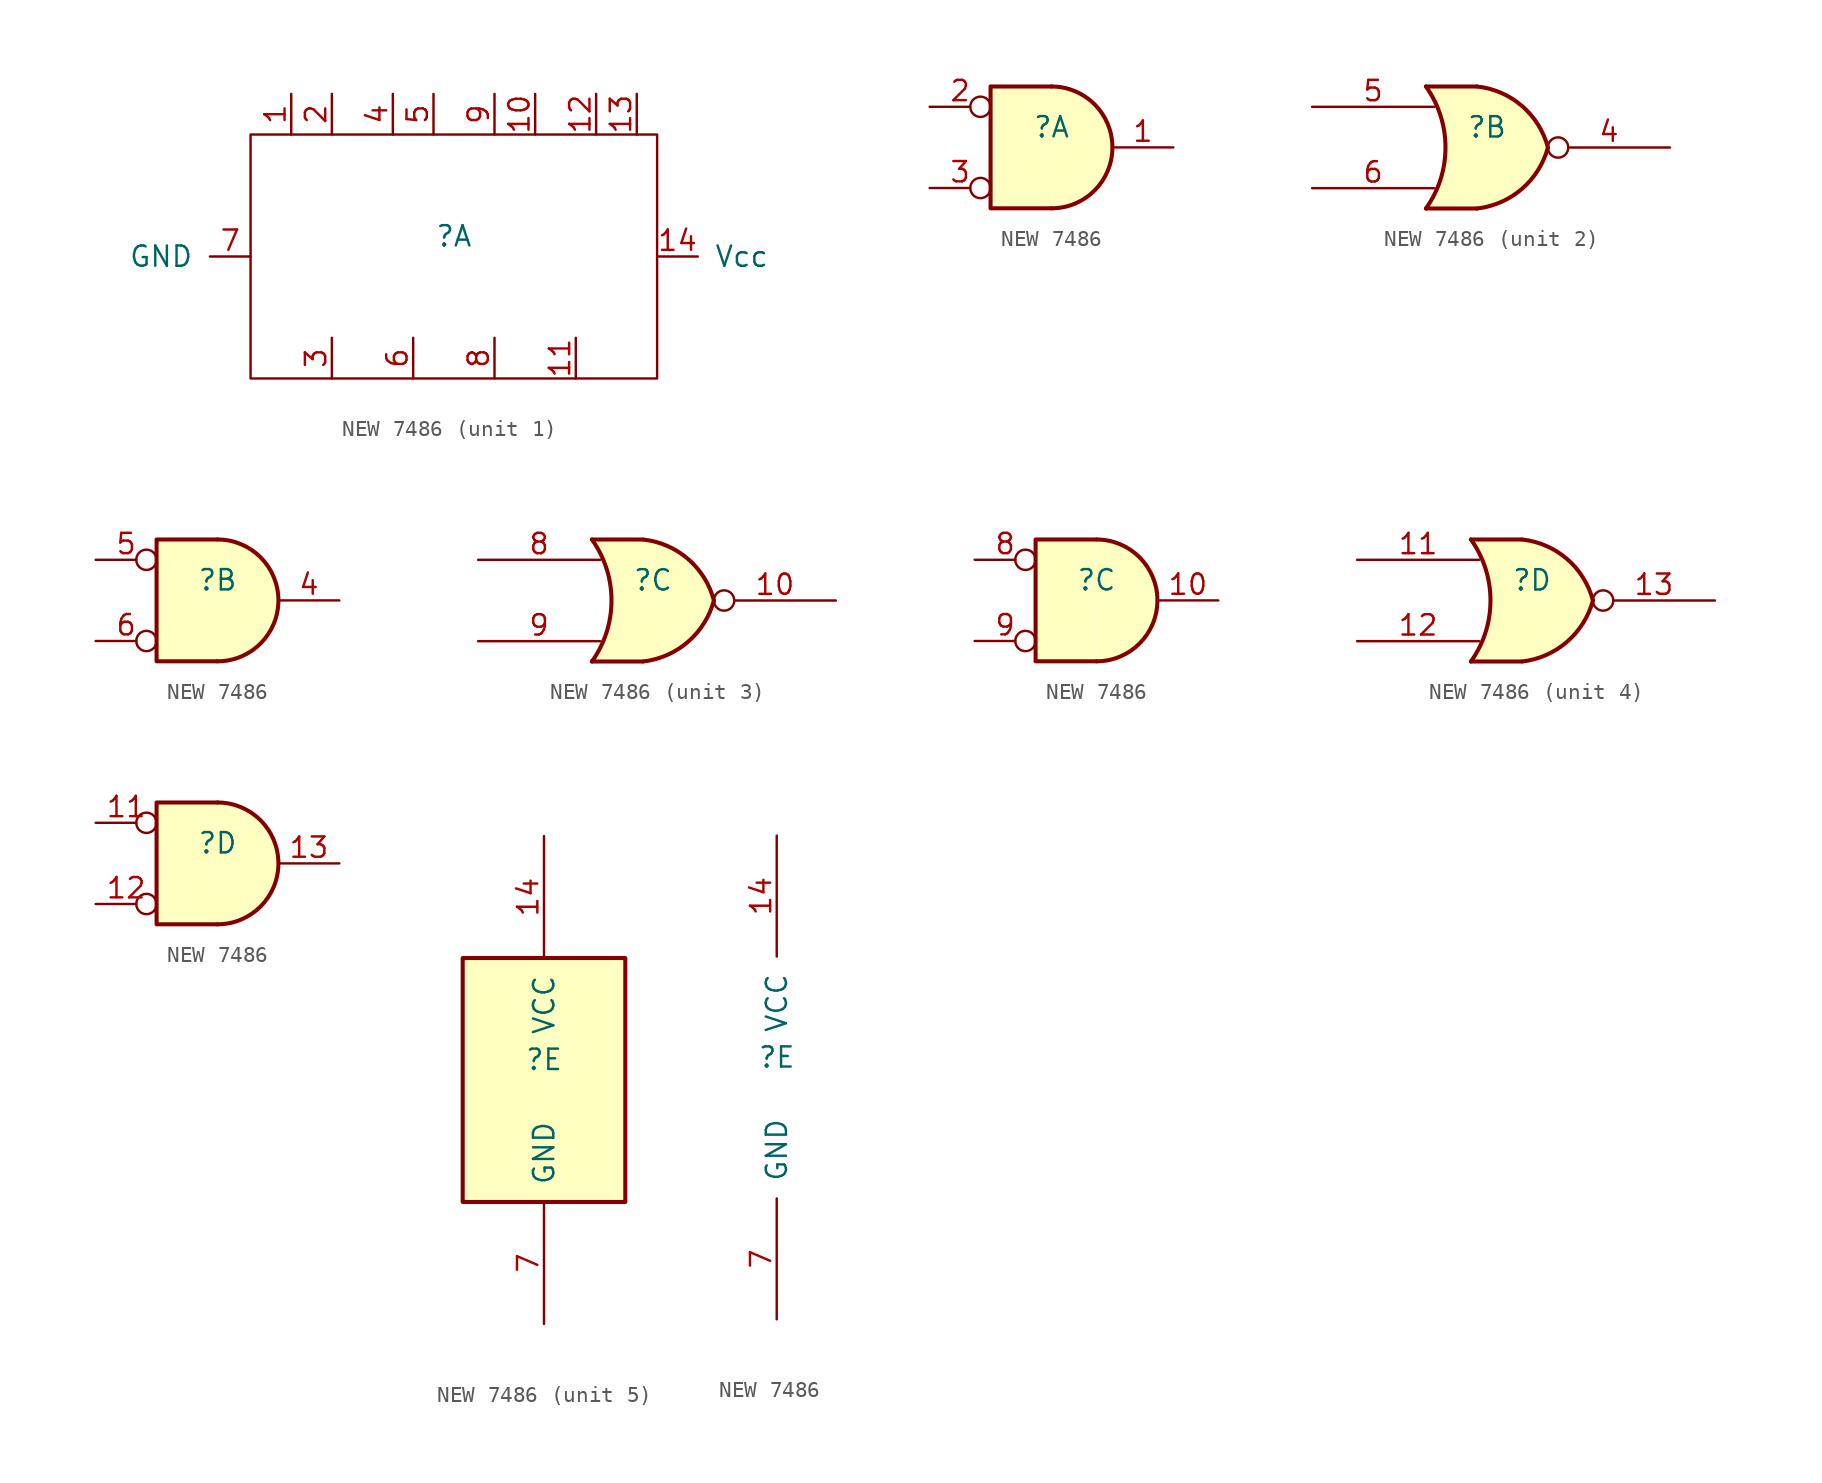
<source format=kicad_sym>
(kicad_symbol_lib
  (version 20241209)
  (generator "kicad_symbol_editor")
  (generator_version "9.0")
  (symbol "NEW 7486"
    (pin_names
      (offset 1.016))
    (property "Reference" ""
      (at 0 1.27 0)
      (effects (font (size 1.27 1.27))))
    (property "ki_locked" ""
      (at 0 0 0)
      (effects (font (size 1.27 1.27))))
    (symbol "NEW 7486_1_1"
      (rectangle (start -12.7 7.62) (end 12.7 -7.62) (stroke (width 0) (type default)) (fill (type none)))
      (pin power_in line (at -12.7 0 180) (length 2.54) (name "GND" (effects (font (size 1.27 1.27)))) (number "7" (effects (font (size 1.27 1.27)))))
      (pin input line (at -10.16 7.62 90) (length 2.54) (name "" (effects (font (size 1.27 1.27)))) (number "1" (effects (font (size 1.27 1.27)))))
      (pin input line (at -7.62 7.62 90) (length 2.54) (name "" (effects (font (size 1.27 1.27)))) (number "2" (effects (font (size 1.27 1.27)))))
      (pin output line (at -7.62 -7.62 90) (length 2.54) (name "" (effects (font (size 1.27 1.27)))) (number "3" (effects (font (size 1.27 1.27)))))
      (pin input line (at -3.81 7.62 90) (length 2.54) (name "" (effects (font (size 1.27 1.27)))) (number "4" (effects (font (size 1.27 1.27)))))
      (pin output line (at -2.54 -7.62 90) (length 2.54) (name "" (effects (font (size 1.27 1.27)))) (number "6" (effects (font (size 1.27 1.27)))))
      (pin input line (at -1.27 7.62 90) (length 2.54) (name "" (effects (font (size 1.27 1.27)))) (number "5" (effects (font (size 1.27 1.27)))))
      (pin input line (at 2.54 7.62 90) (length 2.54) (name "" (effects (font (size 1.27 1.27)))) (number "9" (effects (font (size 1.27 1.27)))))
      (pin output line (at 2.54 -7.62 90) (length 2.54) (name "" (effects (font (size 1.27 1.27)))) (number "8" (effects (font (size 1.27 1.27)))))
      (pin input line (at 5.08 7.62 90) (length 2.54) (name "" (effects (font (size 1.27 1.27)))) (number "10" (effects (font (size 1.27 1.27)))))
      (pin output line (at 7.62 -7.62 90) (length 2.54) (name "" (effects (font (size 1.27 1.27)))) (number "11" (effects (font (size 1.27 1.27)))))
      (pin input line (at 8.89 7.62 90) (length 2.54) (name "" (effects (font (size 1.27 1.27)))) (number "12" (effects (font (size 1.27 1.27)))))
      (pin input line (at 11.43 7.62 90) (length 2.54) (name "" (effects (font (size 1.27 1.27)))) (number "13" (effects (font (size 1.27 1.27)))))
      (pin power_in line (at 12.7 0 0) (length 2.54) (name "Vcc" (effects (font (size 1.27 1.27)))) (number "14" (effects (font (size 1.27 1.27))))))
    (symbol "NEW 7486_1_2"
      (arc (start 0 3.81) (mid 3.7934 0) (end 0 -3.81) (stroke (width 0.254) (type default)) (fill (type background)))
      (polyline (pts (xy 0 3.81) (xy -3.81 3.81) (xy -3.81 -3.81) (xy 0 -3.81)) (stroke (width 0.254) (type default)) (fill (type background)))
      (pin input inverted (at -7.62 2.54 0) (length 3.81) (name "~" (effects (font (size 1.27 1.27)))) (number "2" (effects (font (size 1.27 1.27)))))
      (pin input inverted (at -7.62 -2.54 0) (length 3.81) (name "~" (effects (font (size 1.27 1.27)))) (number "3" (effects (font (size 1.27 1.27)))))
      (pin output line (at 7.62 0 180) (length 3.81) (name "~" (effects (font (size 1.27 1.27)))) (number "1" (effects (font (size 1.27 1.27))))))
    (symbol "NEW 7486_2_1"
      (arc (start -3.81 3.81) (mid -2.589 0) (end -3.81 -3.81) (stroke (width 0.254) (type default)) (fill (type none)))
      (polyline (pts (xy -3.81 3.81) (xy -0.635 3.81)) (stroke (width 0.254) (type default)) (fill (type background)))
      (polyline (pts (xy -3.81 -3.81) (xy -0.635 -3.81)) (stroke (width 0.254) (type default)) (fill (type background)))
      (arc (start 3.81 0) (mid 2.1855 -2.584) (end -0.6096 -3.81) (stroke (width 0.254) (type default)) (fill (type background)))
      (arc (start -0.6096 3.81) (mid 2.1928 2.5924) (end 3.81 0) (stroke (width 0.254) (type default)) (fill (type background)))
      (polyline (pts (xy -0.635 3.81) (xy -3.81 3.81) (xy -3.81 3.81) (xy -3.556 3.404) (xy -3.023 2.261) (xy -2.692 1.041) (xy -2.616 -0.254) (xy -2.769 -1.499) (xy -3.175 -2.718) (xy -3.81 -3.81) (xy -3.81 -3.81) (xy -0.635 -3.81)) (stroke (width -25.4) (type default)) (fill (type background)))
      (pin input line (at -10.922 2.54 0) (length 7.62) (name "~" (effects (font (size 1.27 1.27)))) (number "5" (effects (font (size 1.27 1.27)))))
      (pin input line (at -10.922 -2.54 0) (length 7.62) (name "~" (effects (font (size 1.27 1.27)))) (number "6" (effects (font (size 1.27 1.27)))))
      (pin output inverted (at 11.43 0 180) (length 7.62) (name "~" (effects (font (size 1.27 1.27)))) (number "4" (effects (font (size 1.27 1.27))))))
    (symbol "NEW 7486_2_2"
      (arc (start 0 3.81) (mid 3.7934 0) (end 0 -3.81) (stroke (width 0.254) (type default)) (fill (type background)))
      (polyline (pts (xy 0 3.81) (xy -3.81 3.81) (xy -3.81 -3.81) (xy 0 -3.81)) (stroke (width 0.254) (type default)) (fill (type background)))
      (pin input inverted (at -7.62 2.54 0) (length 3.81) (name "~" (effects (font (size 1.27 1.27)))) (number "5" (effects (font (size 1.27 1.27)))))
      (pin input inverted (at -7.62 -2.54 0) (length 3.81) (name "~" (effects (font (size 1.27 1.27)))) (number "6" (effects (font (size 1.27 1.27)))))
      (pin output line (at 7.62 0 180) (length 3.81) (name "~" (effects (font (size 1.27 1.27)))) (number "4" (effects (font (size 1.27 1.27))))))
    (symbol "NEW 7486_3_1"
      (arc (start -3.81 3.81) (mid -2.589 0) (end -3.81 -3.81) (stroke (width 0.254) (type default)) (fill (type none)))
      (polyline (pts (xy -3.81 3.81) (xy -0.635 3.81)) (stroke (width 0.254) (type default)) (fill (type background)))
      (polyline (pts (xy -3.81 -3.81) (xy -0.635 -3.81)) (stroke (width 0.254) (type default)) (fill (type background)))
      (arc (start 3.81 0) (mid 2.1855 -2.584) (end -0.6096 -3.81) (stroke (width 0.254) (type default)) (fill (type background)))
      (arc (start -0.6096 3.81) (mid 2.1928 2.5924) (end 3.81 0) (stroke (width 0.254) (type default)) (fill (type background)))
      (polyline (pts (xy -0.635 3.81) (xy -3.81 3.81) (xy -3.81 3.81) (xy -3.556 3.404) (xy -3.023 2.261) (xy -2.692 1.041) (xy -2.616 -0.254) (xy -2.769 -1.499) (xy -3.175 -2.718) (xy -3.81 -3.81) (xy -3.81 -3.81) (xy -0.635 -3.81)) (stroke (width -25.4) (type default)) (fill (type background)))
      (pin input line (at -10.922 2.54 0) (length 7.62) (name "~" (effects (font (size 1.27 1.27)))) (number "8" (effects (font (size 1.27 1.27)))))
      (pin input line (at -10.922 -2.54 0) (length 7.62) (name "~" (effects (font (size 1.27 1.27)))) (number "9" (effects (font (size 1.27 1.27)))))
      (pin output inverted (at 11.43 0 180) (length 7.62) (name "~" (effects (font (size 1.27 1.27)))) (number "10" (effects (font (size 1.27 1.27))))))
    (symbol "NEW 7486_3_2"
      (arc (start 0 3.81) (mid 3.7934 0) (end 0 -3.81) (stroke (width 0.254) (type default)) (fill (type background)))
      (polyline (pts (xy 0 3.81) (xy -3.81 3.81) (xy -3.81 -3.81) (xy 0 -3.81)) (stroke (width 0.254) (type default)) (fill (type background)))
      (pin input inverted (at -7.62 2.54 0) (length 3.81) (name "~" (effects (font (size 1.27 1.27)))) (number "8" (effects (font (size 1.27 1.27)))))
      (pin input inverted (at -7.62 -2.54 0) (length 3.81) (name "~" (effects (font (size 1.27 1.27)))) (number "9" (effects (font (size 1.27 1.27)))))
      (pin output line (at 7.62 0 180) (length 3.81) (name "~" (effects (font (size 1.27 1.27)))) (number "10" (effects (font (size 1.27 1.27))))))
    (symbol "NEW 7486_4_1"
      (arc (start -3.81 3.81) (mid -2.589 0) (end -3.81 -3.81) (stroke (width 0.254) (type default)) (fill (type none)))
      (polyline (pts (xy -3.81 3.81) (xy -0.635 3.81)) (stroke (width 0.254) (type default)) (fill (type background)))
      (polyline (pts (xy -3.81 -3.81) (xy -0.635 -3.81)) (stroke (width 0.254) (type default)) (fill (type background)))
      (arc (start 3.81 0) (mid 2.1855 -2.584) (end -0.6096 -3.81) (stroke (width 0.254) (type default)) (fill (type background)))
      (arc (start -0.6096 3.81) (mid 2.1928 2.5924) (end 3.81 0) (stroke (width 0.254) (type default)) (fill (type background)))
      (polyline (pts (xy -0.635 3.81) (xy -3.81 3.81) (xy -3.81 3.81) (xy -3.556 3.404) (xy -3.023 2.261) (xy -2.692 1.041) (xy -2.616 -0.254) (xy -2.769 -1.499) (xy -3.175 -2.718) (xy -3.81 -3.81) (xy -3.81 -3.81) (xy -0.635 -3.81)) (stroke (width -25.4) (type default)) (fill (type background)))
      (pin input line (at -10.922 2.54 0) (length 7.62) (name "~" (effects (font (size 1.27 1.27)))) (number "11" (effects (font (size 1.27 1.27)))))
      (pin input line (at -10.922 -2.54 0) (length 7.62) (name "~" (effects (font (size 1.27 1.27)))) (number "12" (effects (font (size 1.27 1.27)))))
      (pin output inverted (at 11.43 0 180) (length 7.62) (name "~" (effects (font (size 1.27 1.27)))) (number "13" (effects (font (size 1.27 1.27))))))
    (symbol "NEW 7486_4_2"
      (arc (start 0 3.81) (mid 3.7934 0) (end 0 -3.81) (stroke (width 0.254) (type default)) (fill (type background)))
      (polyline (pts (xy 0 3.81) (xy -3.81 3.81) (xy -3.81 -3.81) (xy 0 -3.81)) (stroke (width 0.254) (type default)) (fill (type background)))
      (pin input inverted (at -7.62 2.54 0) (length 3.81) (name "~" (effects (font (size 1.27 1.27)))) (number "11" (effects (font (size 1.27 1.27)))))
      (pin input inverted (at -7.62 -2.54 0) (length 3.81) (name "~" (effects (font (size 1.27 1.27)))) (number "12" (effects (font (size 1.27 1.27)))))
      (pin output line (at 7.62 0 180) (length 3.81) (name "~" (effects (font (size 1.27 1.27)))) (number "13" (effects (font (size 1.27 1.27))))))
    (symbol "NEW 7486_5_0"
      (pin power_in line (at 0 15.24 270) (length 7.62) (name "VCC" (effects (font (size 1.27 1.27)))) (number "14" (effects (font (size 1.27 1.27)))))
      (pin power_in line (at 0 -15.24 90) (length 7.62) (name "GND" (effects (font (size 1.27 1.27)))) (number "7" (effects (font (size 1.27 1.27))))))
    (symbol "NEW 7486_5_1"
      (rectangle (start -5.08 7.62) (end 5.08 -7.62) (stroke (width 0.254) (type default)) (fill (type background))))))
</source>
